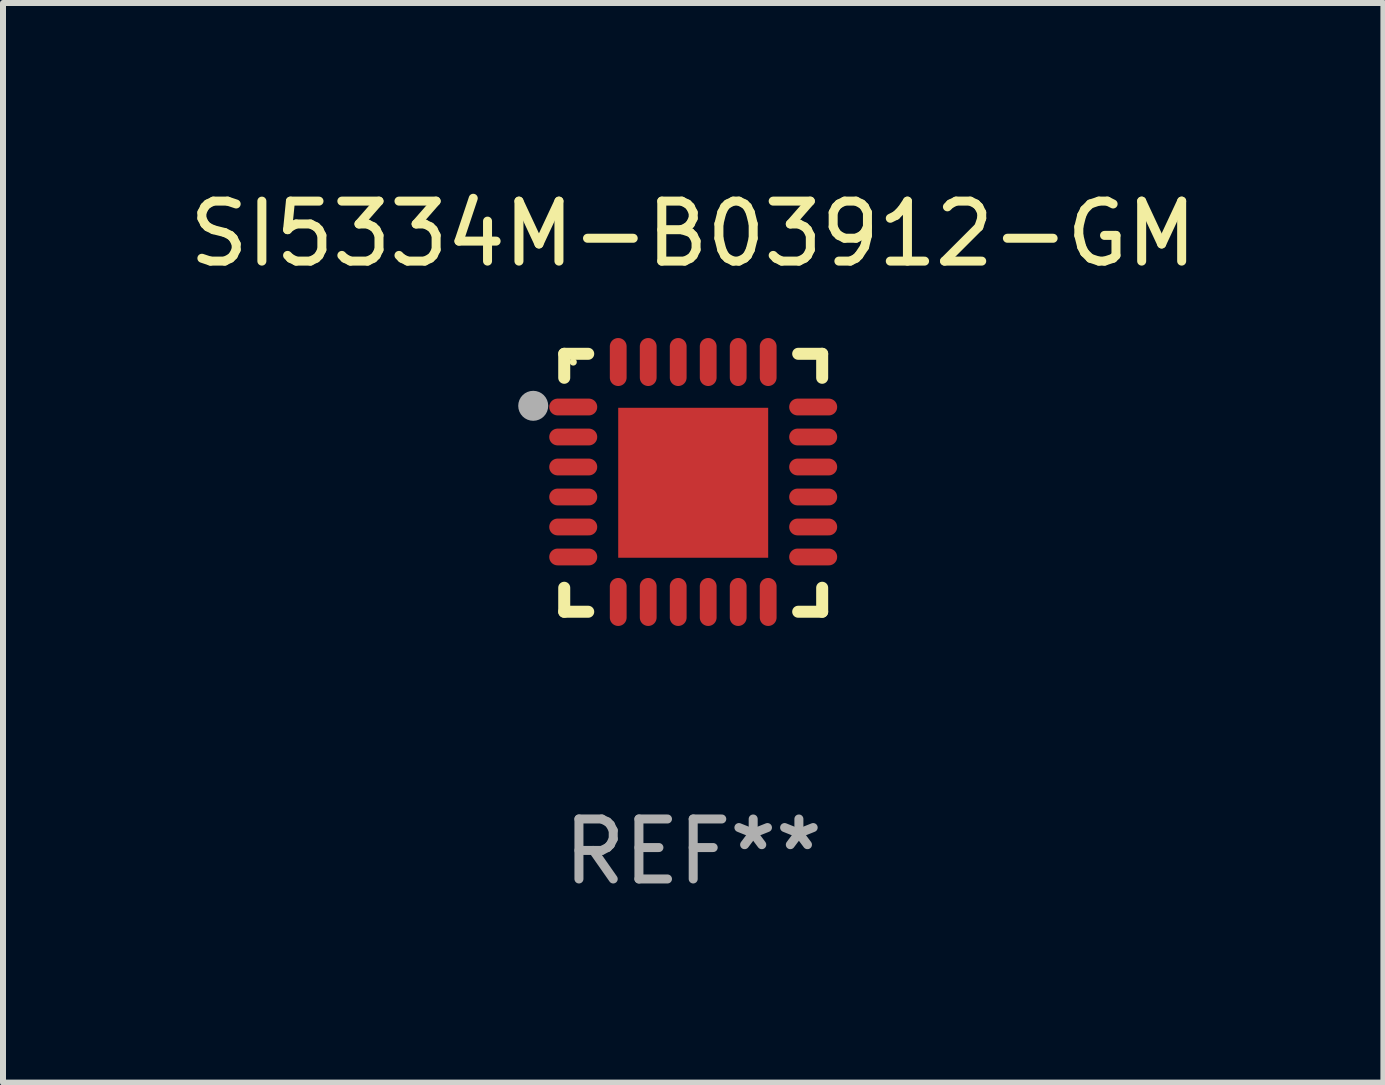
<source format=kicad_pcb>
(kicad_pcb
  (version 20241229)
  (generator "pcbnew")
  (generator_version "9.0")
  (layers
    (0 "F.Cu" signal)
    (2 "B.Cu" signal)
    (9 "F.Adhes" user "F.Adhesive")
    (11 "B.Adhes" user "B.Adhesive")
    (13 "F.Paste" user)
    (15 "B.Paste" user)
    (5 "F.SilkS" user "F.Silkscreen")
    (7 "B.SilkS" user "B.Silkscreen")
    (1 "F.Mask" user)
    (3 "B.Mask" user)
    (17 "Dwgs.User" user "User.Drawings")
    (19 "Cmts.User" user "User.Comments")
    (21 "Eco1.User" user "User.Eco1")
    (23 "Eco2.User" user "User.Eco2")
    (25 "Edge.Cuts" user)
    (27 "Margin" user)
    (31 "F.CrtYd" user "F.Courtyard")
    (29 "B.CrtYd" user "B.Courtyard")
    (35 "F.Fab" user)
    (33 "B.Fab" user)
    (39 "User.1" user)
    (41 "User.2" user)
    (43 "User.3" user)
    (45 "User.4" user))
  (footprint "SI5334M-B03912-GM"
    (layer "F.Cu")
    (at 8.506 4.998)
    (property "Reference" "SI5334M-B03912-GM" (at 0 -4.15 0) (layer "F.SilkS") (effects (font (size 1 1) (thickness 0.15))))
    (attr through_hole)
    (fp_line (start -2.15 -2.15) (end -1.75 -2.15) (stroke (width 0.2) (type solid)) (layer "F.SilkS"))
    (fp_line (start -2.15 -1.75) (end -2.15 -2.15) (stroke (width 0.2) (type solid)) (layer "F.SilkS"))
    (fp_line (start -2.15 2.15) (end -2.15 1.75) (stroke (width 0.2) (type solid)) (layer "F.SilkS"))
    (fp_line (start -1.75 2.15) (end -2.15 2.15) (stroke (width 0.2) (type solid)) (layer "F.SilkS"))
    (fp_line (start 1.75 -2.15) (end 2.15 -2.15) (stroke (width 0.2) (type solid)) (layer "F.SilkS"))
    (fp_line (start 1.75 2.15) (end 2.15 2.15) (stroke (width 0.2) (type solid)) (layer "F.SilkS"))
    (fp_line (start 2.15 -2.15) (end 2.15 -1.75) (stroke (width 0.2) (type solid)) (layer "F.SilkS"))
    (fp_line (start 2.15 2.15) (end 2.15 1.75) (stroke (width 0.2) (type solid)) (layer "F.SilkS"))
    (fp_circle (center -2 -2.013) (end -1.97 -2.013) (stroke (width 0.06) (type solid)) (fill no) (layer "F.SilkS"))
    (fp_circle (center -2.667 -1.283) (end -2.542 -1.283) (stroke (width 0.25) (type solid)) (fill no) (layer "F.Fab"))
    (fp_text user "REF**" (at 0 6.15 0) (layer "F.Fab") (effects (font (size 1 1) (thickness 0.15))))
    (pad "1" smd oval (at -2 -1.263) (size 0.8 0.28) (layers "F.Cu" "F.Mask" "F.Paste"))
    (pad "2" smd oval (at -2 -0.763) (size 0.8 0.28) (layers "F.Cu" "F.Mask" "F.Paste"))
    (pad "3" smd oval (at -2 -0.263) (size 0.8 0.28) (layers "F.Cu" "F.Mask" "F.Paste"))
    (pad "4" smd oval (at -2 0.237) (size 0.8 0.28) (layers "F.Cu" "F.Mask" "F.Paste"))
    (pad "5" smd oval (at -2 0.737) (size 0.8 0.28) (layers "F.Cu" "F.Mask" "F.Paste"))
    (pad "6" smd oval (at -2 1.237) (size 0.8 0.28) (layers "F.Cu" "F.Mask" "F.Paste"))
    (pad "7" smd oval (at -1.25 1.987) (size 0.28 0.8) (layers "F.Cu" "F.Mask" "F.Paste"))
    (pad "8" smd oval (at -0.75 1.987) (size 0.28 0.8) (layers "F.Cu" "F.Mask" "F.Paste"))
    (pad "9" smd oval (at -0.25 1.987) (size 0.28 0.8) (layers "F.Cu" "F.Mask" "F.Paste"))
    (pad "10" smd oval (at 0.25 1.987) (size 0.28 0.8) (layers "F.Cu" "F.Mask" "F.Paste"))
    (pad "11" smd oval (at 0.75 1.987) (size 0.28 0.8) (layers "F.Cu" "F.Mask" "F.Paste"))
    (pad "12" smd oval (at 1.25 1.987) (size 0.28 0.8) (layers "F.Cu" "F.Mask" "F.Paste"))
    (pad "13" smd oval (at 2 1.237) (size 0.8 0.28) (layers "F.Cu" "F.Mask" "F.Paste"))
    (pad "14" smd oval (at 2 0.737) (size 0.8 0.28) (layers "F.Cu" "F.Mask" "F.Paste"))
    (pad "15" smd oval (at 2 0.237) (size 0.8 0.28) (layers "F.Cu" "F.Mask" "F.Paste"))
    (pad "16" smd oval (at 2 -0.263) (size 0.8 0.28) (layers "F.Cu" "F.Mask" "F.Paste"))
    (pad "17" smd oval (at 2 -0.763) (size 0.8 0.28) (layers "F.Cu" "F.Mask" "F.Paste"))
    (pad "18" smd oval (at 2 -1.263) (size 0.8 0.28) (layers "F.Cu" "F.Mask" "F.Paste"))
    (pad "19" smd oval (at 1.25 -2.013) (size 0.28 0.8) (layers "F.Cu" "F.Mask" "F.Paste"))
    (pad "20" smd oval (at 0.75 -2.013) (size 0.28 0.8) (layers "F.Cu" "F.Mask" "F.Paste"))
    (pad "21" smd oval (at 0.25 -2.013) (size 0.28 0.8) (layers "F.Cu" "F.Mask" "F.Paste"))
    (pad "22" smd oval (at -0.25 -2.013) (size 0.28 0.8) (layers "F.Cu" "F.Mask" "F.Paste"))
    (pad "23" smd oval (at -0.75 -2.013) (size 0.28 0.8) (layers "F.Cu" "F.Mask" "F.Paste"))
    (pad "24" smd oval (at -1.25 -2.013) (size 0.28 0.8) (layers "F.Cu" "F.Mask" "F.Paste"))
    (pad "25" smd rect (at -0.000127 -0.00014) (size 2.5 2.5) (layers "F.Cu" "F.Mask" "F.Paste")))
  (gr_rect
    (start -3 -3)
    (end 20.012 14.997)
    (stroke (width 0.1) (type default))
    (fill no)
    (layer "Edge.Cuts")))
</source>
